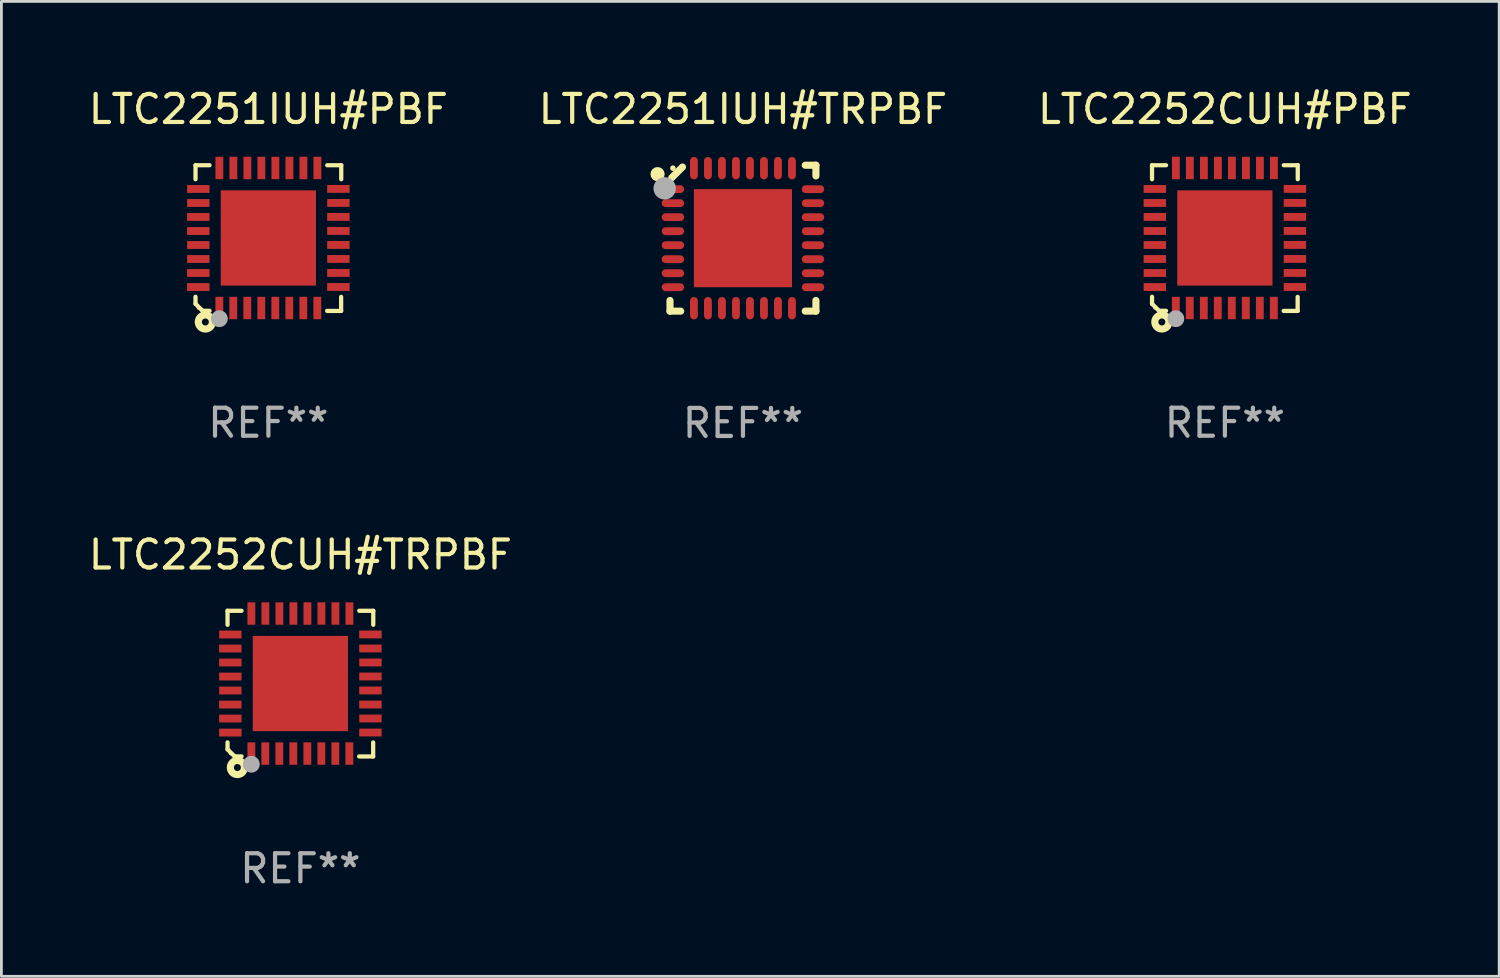
<source format=kicad_pcb>
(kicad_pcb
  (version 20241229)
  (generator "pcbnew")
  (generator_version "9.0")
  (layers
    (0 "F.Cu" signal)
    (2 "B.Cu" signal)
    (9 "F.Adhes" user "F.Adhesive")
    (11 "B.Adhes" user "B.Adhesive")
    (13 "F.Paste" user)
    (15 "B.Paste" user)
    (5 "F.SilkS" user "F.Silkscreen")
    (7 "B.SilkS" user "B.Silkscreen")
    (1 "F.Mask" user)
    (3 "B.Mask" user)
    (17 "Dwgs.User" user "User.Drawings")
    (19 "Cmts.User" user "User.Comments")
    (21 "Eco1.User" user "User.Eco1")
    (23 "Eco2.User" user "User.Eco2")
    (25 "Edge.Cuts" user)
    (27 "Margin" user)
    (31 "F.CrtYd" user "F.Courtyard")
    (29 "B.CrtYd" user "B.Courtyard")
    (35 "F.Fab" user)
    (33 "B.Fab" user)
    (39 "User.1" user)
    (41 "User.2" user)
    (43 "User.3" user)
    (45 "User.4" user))
  (footprint "LTC2251IUH#PBF"
    (layer "F.Cu")
    (at 6.53 5.448)
    (property "Reference" "LTC2251IUH#PBF" (at 0 -4.6 0) (layer "F.SilkS") (effects (font (size 1 1) (thickness 0.15))))
    (attr through_hole)
    (fp_line (start -2.601 2.097) (end -2.601 2.347) (stroke (width 0.152) (type solid)) (layer "F.SilkS"))
    (fp_line (start -2.601 2.347) (end -2.351 2.597) (stroke (width 0.152) (type solid)) (layer "F.SilkS"))
    (fp_line (start -2.601 -2.6) (end -2.601 -2.1) (stroke (width 0.152) (type solid)) (layer "F.SilkS"))
    (fp_line (start -2.601 -2.6) (end -2.101 -2.6) (stroke (width 0.152) (type solid)) (layer "F.SilkS"))
    (fp_line (start -2.351 2.597) (end -2.101 2.597) (stroke (width 0.152) (type solid)) (layer "F.SilkS"))
    (fp_line (start 2.597 2.6) (end 2.097 2.6) (stroke (width 0.152) (type solid)) (layer "F.SilkS"))
    (fp_line (start 2.597 2.6) (end 2.597 2.1) (stroke (width 0.152) (type solid)) (layer "F.SilkS"))
    (fp_line (start 2.601 -2.6) (end 2.101 -2.6) (stroke (width 0.152) (type solid)) (layer "F.SilkS"))
    (fp_line (start 2.601 -2.6) (end 2.601 -2.1) (stroke (width 0.152) (type solid)) (layer "F.SilkS"))
    (fp_circle (center -2.501 2.497) (end -2.471 2.497) (stroke (width 0.06) (type solid)) (fill no) (layer "F.SilkS"))
    (fp_circle (center -2.25 2.995) (end -2.125 2.995) (stroke (width 0.254) (type solid)) (fill no) (layer "F.SilkS"))
    (fp_circle (center -1.751 2.878) (end -1.601 2.878) (stroke (width 0.3) (type solid)) (fill no) (layer "F.Fab"))
    (fp_text user "REF**" (at 0 6.6 0) (layer "F.Fab") (effects (font (size 1 1) (thickness 0.15))))
    (pad "1" smd rect (at -1.751 2.497) (size 0.28 0.8) (layers "F.Cu" "F.Mask" "F.Paste"))
    (pad "2" smd rect (at -1.253 2.497) (size 0.28 0.8) (layers "F.Cu" "F.Mask" "F.Paste"))
    (pad "3" smd rect (at -0.753 2.497) (size 0.28 0.8) (layers "F.Cu" "F.Mask" "F.Paste"))
    (pad "4" smd rect (at -0.253 2.497) (size 0.28 0.8) (layers "F.Cu" "F.Mask" "F.Paste"))
    (pad "5" smd rect (at 0.247 2.497) (size 0.28 0.8) (layers "F.Cu" "F.Mask" "F.Paste"))
    (pad "6" smd rect (at 0.747 2.497) (size 0.28 0.8) (layers "F.Cu" "F.Mask" "F.Paste"))
    (pad "7" smd rect (at 1.247 2.497) (size 0.28 0.8) (layers "F.Cu" "F.Mask" "F.Paste"))
    (pad "8" smd rect (at 1.747 2.497) (size 0.28 0.8) (layers "F.Cu" "F.Mask" "F.Paste"))
    (pad "9" smd rect (at 2.499 1.746) (size 0.8 0.28) (layers "F.Cu" "F.Mask" "F.Paste"))
    (pad "10" smd rect (at 2.499 1.245) (size 0.8 0.28) (layers "F.Cu" "F.Mask" "F.Paste"))
    (pad "11" smd rect (at 2.499 0.746) (size 0.8 0.28) (layers "F.Cu" "F.Mask" "F.Paste"))
    (pad "12" smd rect (at 2.499 0.245) (size 0.8 0.28) (layers "F.Cu" "F.Mask" "F.Paste"))
    (pad "13" smd rect (at 2.499 -0.254) (size 0.8 0.28) (layers "F.Cu" "F.Mask" "F.Paste"))
    (pad "14" smd rect (at 2.499 -0.755) (size 0.8 0.28) (layers "F.Cu" "F.Mask" "F.Paste"))
    (pad "15" smd rect (at 2.499 -1.254) (size 0.8 0.28) (layers "F.Cu" "F.Mask" "F.Paste"))
    (pad "16" smd rect (at 2.499 -1.755) (size 0.8 0.28) (layers "F.Cu" "F.Mask" "F.Paste"))
    (pad "17" smd rect (at 1.75 -2.502) (size 0.28 0.8) (layers "F.Cu" "F.Mask" "F.Paste"))
    (pad "18" smd rect (at 1.25 -2.502) (size 0.28 0.8) (layers "F.Cu" "F.Mask" "F.Paste"))
    (pad "19" smd rect (at 0.75 -2.502) (size 0.28 0.8) (layers "F.Cu" "F.Mask" "F.Paste"))
    (pad "20" smd rect (at 0.25 -2.502) (size 0.28 0.8) (layers "F.Cu" "F.Mask" "F.Paste"))
    (pad "21" smd rect (at -0.25 -2.502) (size 0.28 0.8) (layers "F.Cu" "F.Mask" "F.Paste"))
    (pad "22" smd rect (at -0.75 -2.502) (size 0.28 0.8) (layers "F.Cu" "F.Mask" "F.Paste"))
    (pad "23" smd rect (at -1.25 -2.502) (size 0.28 0.8) (layers "F.Cu" "F.Mask" "F.Paste"))
    (pad "24" smd rect (at -1.75 -2.502) (size 0.28 0.8) (layers "F.Cu" "F.Mask" "F.Paste"))
    (pad "25" smd rect (at -2.501 -1.753) (size 0.8 0.28) (layers "F.Cu" "F.Mask" "F.Paste"))
    (pad "26" smd rect (at -2.501 -1.252) (size 0.8 0.28) (layers "F.Cu" "F.Mask" "F.Paste"))
    (pad "27" smd rect (at -2.501 -0.753) (size 0.8 0.28) (layers "F.Cu" "F.Mask" "F.Paste"))
    (pad "28" smd rect (at -2.501 -0.252) (size 0.8 0.28) (layers "F.Cu" "F.Mask" "F.Paste"))
    (pad "29" smd rect (at -2.501 0.247) (size 0.8 0.28) (layers "F.Cu" "F.Mask" "F.Paste"))
    (pad "30" smd rect (at -2.501 0.748) (size 0.8 0.28) (layers "F.Cu" "F.Mask" "F.Paste"))
    (pad "31" smd rect (at -2.501 1.247) (size 0.8 0.28) (layers "F.Cu" "F.Mask" "F.Paste"))
    (pad "32" smd rect (at -2.501 1.748) (size 0.8 0.28) (layers "F.Cu" "F.Mask" "F.Paste"))
    (pad "33" smd rect (at -0.001 -0.003 180) (size 3.4 3.4) (layers "F.Cu" "F.Mask" "F.Paste")))
  (footprint "LTC2252CUH#TRPBF"
    (layer "F.Cu")
    (at 7.673 21.352)
    (property "Reference" "LTC2252CUH#TRPBF" (at 0 -4.6 0) (layer "F.SilkS") (effects (font (size 1 1) (thickness 0.15))))
    (attr through_hole)
    (fp_line (start -2.601 2.097) (end -2.601 2.347) (stroke (width 0.152) (type solid)) (layer "F.SilkS"))
    (fp_line (start -2.601 2.347) (end -2.351 2.597) (stroke (width 0.152) (type solid)) (layer "F.SilkS"))
    (fp_line (start -2.601 -2.6) (end -2.601 -2.1) (stroke (width 0.152) (type solid)) (layer "F.SilkS"))
    (fp_line (start -2.601 -2.6) (end -2.101 -2.6) (stroke (width 0.152) (type solid)) (layer "F.SilkS"))
    (fp_line (start -2.351 2.597) (end -2.101 2.597) (stroke (width 0.152) (type solid)) (layer "F.SilkS"))
    (fp_line (start 2.597 2.6) (end 2.097 2.6) (stroke (width 0.152) (type solid)) (layer "F.SilkS"))
    (fp_line (start 2.597 2.6) (end 2.597 2.1) (stroke (width 0.152) (type solid)) (layer "F.SilkS"))
    (fp_line (start 2.601 -2.6) (end 2.101 -2.6) (stroke (width 0.152) (type solid)) (layer "F.SilkS"))
    (fp_line (start 2.601 -2.6) (end 2.601 -2.1) (stroke (width 0.152) (type solid)) (layer "F.SilkS"))
    (fp_circle (center -2.501 2.497) (end -2.471 2.497) (stroke (width 0.06) (type solid)) (fill no) (layer "F.SilkS"))
    (fp_circle (center -2.25 2.995) (end -2.125 2.995) (stroke (width 0.254) (type solid)) (fill no) (layer "F.SilkS"))
    (fp_circle (center -1.751 2.878) (end -1.601 2.878) (stroke (width 0.3) (type solid)) (fill no) (layer "F.Fab"))
    (fp_text user "REF**" (at 0 6.6 0) (layer "F.Fab") (effects (font (size 1 1) (thickness 0.15))))
    (pad "1" smd rect (at -1.751 2.497) (size 0.28 0.8) (layers "F.Cu" "F.Mask" "F.Paste"))
    (pad "2" smd rect (at -1.253 2.497) (size 0.28 0.8) (layers "F.Cu" "F.Mask" "F.Paste"))
    (pad "3" smd rect (at -0.753 2.497) (size 0.28 0.8) (layers "F.Cu" "F.Mask" "F.Paste"))
    (pad "4" smd rect (at -0.253 2.497) (size 0.28 0.8) (layers "F.Cu" "F.Mask" "F.Paste"))
    (pad "5" smd rect (at 0.247 2.497) (size 0.28 0.8) (layers "F.Cu" "F.Mask" "F.Paste"))
    (pad "6" smd rect (at 0.747 2.497) (size 0.28 0.8) (layers "F.Cu" "F.Mask" "F.Paste"))
    (pad "7" smd rect (at 1.247 2.497) (size 0.28 0.8) (layers "F.Cu" "F.Mask" "F.Paste"))
    (pad "8" smd rect (at 1.747 2.497) (size 0.28 0.8) (layers "F.Cu" "F.Mask" "F.Paste"))
    (pad "9" smd rect (at 2.499 1.746) (size 0.8 0.28) (layers "F.Cu" "F.Mask" "F.Paste"))
    (pad "10" smd rect (at 2.499 1.245) (size 0.8 0.28) (layers "F.Cu" "F.Mask" "F.Paste"))
    (pad "11" smd rect (at 2.499 0.746) (size 0.8 0.28) (layers "F.Cu" "F.Mask" "F.Paste"))
    (pad "12" smd rect (at 2.499 0.245) (size 0.8 0.28) (layers "F.Cu" "F.Mask" "F.Paste"))
    (pad "13" smd rect (at 2.499 -0.254) (size 0.8 0.28) (layers "F.Cu" "F.Mask" "F.Paste"))
    (pad "14" smd rect (at 2.499 -0.755) (size 0.8 0.28) (layers "F.Cu" "F.Mask" "F.Paste"))
    (pad "15" smd rect (at 2.499 -1.254) (size 0.8 0.28) (layers "F.Cu" "F.Mask" "F.Paste"))
    (pad "16" smd rect (at 2.499 -1.755) (size 0.8 0.28) (layers "F.Cu" "F.Mask" "F.Paste"))
    (pad "17" smd rect (at 1.75 -2.502) (size 0.28 0.8) (layers "F.Cu" "F.Mask" "F.Paste"))
    (pad "18" smd rect (at 1.25 -2.502) (size 0.28 0.8) (layers "F.Cu" "F.Mask" "F.Paste"))
    (pad "19" smd rect (at 0.75 -2.502) (size 0.28 0.8) (layers "F.Cu" "F.Mask" "F.Paste"))
    (pad "20" smd rect (at 0.25 -2.502) (size 0.28 0.8) (layers "F.Cu" "F.Mask" "F.Paste"))
    (pad "21" smd rect (at -0.25 -2.502) (size 0.28 0.8) (layers "F.Cu" "F.Mask" "F.Paste"))
    (pad "22" smd rect (at -0.75 -2.502) (size 0.28 0.8) (layers "F.Cu" "F.Mask" "F.Paste"))
    (pad "23" smd rect (at -1.25 -2.502) (size 0.28 0.8) (layers "F.Cu" "F.Mask" "F.Paste"))
    (pad "24" smd rect (at -1.75 -2.502) (size 0.28 0.8) (layers "F.Cu" "F.Mask" "F.Paste"))
    (pad "25" smd rect (at -2.501 -1.753) (size 0.8 0.28) (layers "F.Cu" "F.Mask" "F.Paste"))
    (pad "26" smd rect (at -2.501 -1.252) (size 0.8 0.28) (layers "F.Cu" "F.Mask" "F.Paste"))
    (pad "27" smd rect (at -2.501 -0.753) (size 0.8 0.28) (layers "F.Cu" "F.Mask" "F.Paste"))
    (pad "28" smd rect (at -2.501 -0.252) (size 0.8 0.28) (layers "F.Cu" "F.Mask" "F.Paste"))
    (pad "29" smd rect (at -2.501 0.247) (size 0.8 0.28) (layers "F.Cu" "F.Mask" "F.Paste"))
    (pad "30" smd rect (at -2.501 0.748) (size 0.8 0.28) (layers "F.Cu" "F.Mask" "F.Paste"))
    (pad "31" smd rect (at -2.501 1.247) (size 0.8 0.28) (layers "F.Cu" "F.Mask" "F.Paste"))
    (pad "32" smd rect (at -2.501 1.748) (size 0.8 0.28) (layers "F.Cu" "F.Mask" "F.Paste"))
    (pad "33" smd rect (at -0.001 -0.003 180) (size 3.4 3.4) (layers "F.Cu" "F.Mask" "F.Paste")))
  (footprint "LTC2252CUH#PBF"
    (layer "F.Cu")
    (at 40.673 5.448)
    (property "Reference" "LTC2252CUH#PBF" (at 0 -4.6 0) (layer "F.SilkS") (effects (font (size 1 1) (thickness 0.15))))
    (attr through_hole)
    (fp_line (start -2.601 2.097) (end -2.601 2.347) (stroke (width 0.152) (type solid)) (layer "F.SilkS"))
    (fp_line (start -2.601 2.347) (end -2.351 2.597) (stroke (width 0.152) (type solid)) (layer "F.SilkS"))
    (fp_line (start -2.601 -2.6) (end -2.601 -2.1) (stroke (width 0.152) (type solid)) (layer "F.SilkS"))
    (fp_line (start -2.601 -2.6) (end -2.101 -2.6) (stroke (width 0.152) (type solid)) (layer "F.SilkS"))
    (fp_line (start -2.351 2.597) (end -2.101 2.597) (stroke (width 0.152) (type solid)) (layer "F.SilkS"))
    (fp_line (start 2.597 2.6) (end 2.097 2.6) (stroke (width 0.152) (type solid)) (layer "F.SilkS"))
    (fp_line (start 2.597 2.6) (end 2.597 2.1) (stroke (width 0.152) (type solid)) (layer "F.SilkS"))
    (fp_line (start 2.601 -2.6) (end 2.101 -2.6) (stroke (width 0.152) (type solid)) (layer "F.SilkS"))
    (fp_line (start 2.601 -2.6) (end 2.601 -2.1) (stroke (width 0.152) (type solid)) (layer "F.SilkS"))
    (fp_circle (center -2.501 2.497) (end -2.471 2.497) (stroke (width 0.06) (type solid)) (fill no) (layer "F.SilkS"))
    (fp_circle (center -2.25 2.995) (end -2.125 2.995) (stroke (width 0.254) (type solid)) (fill no) (layer "F.SilkS"))
    (fp_circle (center -1.751 2.878) (end -1.601 2.878) (stroke (width 0.3) (type solid)) (fill no) (layer "F.Fab"))
    (fp_text user "REF**" (at 0 6.6 0) (layer "F.Fab") (effects (font (size 1 1) (thickness 0.15))))
    (pad "1" smd rect (at -1.751 2.497) (size 0.28 0.8) (layers "F.Cu" "F.Mask" "F.Paste"))
    (pad "2" smd rect (at -1.253 2.497) (size 0.28 0.8) (layers "F.Cu" "F.Mask" "F.Paste"))
    (pad "3" smd rect (at -0.753 2.497) (size 0.28 0.8) (layers "F.Cu" "F.Mask" "F.Paste"))
    (pad "4" smd rect (at -0.253 2.497) (size 0.28 0.8) (layers "F.Cu" "F.Mask" "F.Paste"))
    (pad "5" smd rect (at 0.247 2.497) (size 0.28 0.8) (layers "F.Cu" "F.Mask" "F.Paste"))
    (pad "6" smd rect (at 0.747 2.497) (size 0.28 0.8) (layers "F.Cu" "F.Mask" "F.Paste"))
    (pad "7" smd rect (at 1.247 2.497) (size 0.28 0.8) (layers "F.Cu" "F.Mask" "F.Paste"))
    (pad "8" smd rect (at 1.747 2.497) (size 0.28 0.8) (layers "F.Cu" "F.Mask" "F.Paste"))
    (pad "9" smd rect (at 2.499 1.746) (size 0.8 0.28) (layers "F.Cu" "F.Mask" "F.Paste"))
    (pad "10" smd rect (at 2.499 1.245) (size 0.8 0.28) (layers "F.Cu" "F.Mask" "F.Paste"))
    (pad "11" smd rect (at 2.499 0.746) (size 0.8 0.28) (layers "F.Cu" "F.Mask" "F.Paste"))
    (pad "12" smd rect (at 2.499 0.245) (size 0.8 0.28) (layers "F.Cu" "F.Mask" "F.Paste"))
    (pad "13" smd rect (at 2.499 -0.254) (size 0.8 0.28) (layers "F.Cu" "F.Mask" "F.Paste"))
    (pad "14" smd rect (at 2.499 -0.755) (size 0.8 0.28) (layers "F.Cu" "F.Mask" "F.Paste"))
    (pad "15" smd rect (at 2.499 -1.254) (size 0.8 0.28) (layers "F.Cu" "F.Mask" "F.Paste"))
    (pad "16" smd rect (at 2.499 -1.755) (size 0.8 0.28) (layers "F.Cu" "F.Mask" "F.Paste"))
    (pad "17" smd rect (at 1.75 -2.502) (size 0.28 0.8) (layers "F.Cu" "F.Mask" "F.Paste"))
    (pad "18" smd rect (at 1.25 -2.502) (size 0.28 0.8) (layers "F.Cu" "F.Mask" "F.Paste"))
    (pad "19" smd rect (at 0.75 -2.502) (size 0.28 0.8) (layers "F.Cu" "F.Mask" "F.Paste"))
    (pad "20" smd rect (at 0.25 -2.502) (size 0.28 0.8) (layers "F.Cu" "F.Mask" "F.Paste"))
    (pad "21" smd rect (at -0.25 -2.502) (size 0.28 0.8) (layers "F.Cu" "F.Mask" "F.Paste"))
    (pad "22" smd rect (at -0.75 -2.502) (size 0.28 0.8) (layers "F.Cu" "F.Mask" "F.Paste"))
    (pad "23" smd rect (at -1.25 -2.502) (size 0.28 0.8) (layers "F.Cu" "F.Mask" "F.Paste"))
    (pad "24" smd rect (at -1.75 -2.502) (size 0.28 0.8) (layers "F.Cu" "F.Mask" "F.Paste"))
    (pad "25" smd rect (at -2.501 -1.753) (size 0.8 0.28) (layers "F.Cu" "F.Mask" "F.Paste"))
    (pad "26" smd rect (at -2.501 -1.252) (size 0.8 0.28) (layers "F.Cu" "F.Mask" "F.Paste"))
    (pad "27" smd rect (at -2.501 -0.753) (size 0.8 0.28) (layers "F.Cu" "F.Mask" "F.Paste"))
    (pad "28" smd rect (at -2.501 -0.252) (size 0.8 0.28) (layers "F.Cu" "F.Mask" "F.Paste"))
    (pad "29" smd rect (at -2.501 0.247) (size 0.8 0.28) (layers "F.Cu" "F.Mask" "F.Paste"))
    (pad "30" smd rect (at -2.501 0.748) (size 0.8 0.28) (layers "F.Cu" "F.Mask" "F.Paste"))
    (pad "31" smd rect (at -2.501 1.247) (size 0.8 0.28) (layers "F.Cu" "F.Mask" "F.Paste"))
    (pad "32" smd rect (at -2.501 1.748) (size 0.8 0.28) (layers "F.Cu" "F.Mask" "F.Paste"))
    (pad "33" smd rect (at -0.001 -0.003 180) (size 3.4 3.4) (layers "F.Cu" "F.Mask" "F.Paste")))
  (footprint "LTC2251IUH#TRPBF"
    (layer "F.Cu")
    (at 23.47 5.452)
    (property "Reference" "LTC2251IUH#TRPBF" (at 0 -4.604 0) (layer "F.SilkS") (effects (font (size 1 1) (thickness 0.15))))
    (attr through_hole)
    (fp_line (start -2.604 2.223) (end -2.604 2.604) (stroke (width 0.254) (type solid)) (layer "F.SilkS"))
    (fp_line (start -2.604 2.604) (end -2.223 2.604) (stroke (width 0.254) (type solid)) (layer "F.SilkS"))
    (fp_line (start -2.159 -2.54) (end -2.54 -2.159) (stroke (width 0.254) (type solid)) (layer "F.SilkS"))
    (fp_line (start 2.223 2.604) (end 2.604 2.604) (stroke (width 0.254) (type solid)) (layer "F.SilkS"))
    (fp_line (start 2.604 -2.604) (end 2.223 -2.604) (stroke (width 0.254) (type solid)) (layer "F.SilkS"))
    (fp_line (start 2.604 -2.223) (end 2.604 -2.604) (stroke (width 0.254) (type solid)) (layer "F.SilkS"))
    (fp_line (start 2.604 2.604) (end 2.604 2.223) (stroke (width 0.254) (type solid)) (layer "F.SilkS"))
    (fp_circle (center -3.048 -2.286) (end -2.921 -2.286) (stroke (width 0.254) (type solid)) (fill no) (layer "F.SilkS"))
    (fp_circle (center -2.5 -2.5) (end -2.45 -2.5) (stroke (width 0.1) (type solid)) (fill no) (layer "F.SilkS"))
    (fp_circle (center -2.794 -1.778) (end -2.594 -1.778) (stroke (width 0.4) (type solid)) (fill no) (layer "F.Fab"))
    (fp_text user "REF**" (at 0 6.604 0) (layer "F.Fab") (effects (font (size 1 1) (thickness 0.15))))
    (pad "1" smd oval (at -2.5 -1.75) (size 0.8 0.28) (layers "F.Cu" "F.Mask" "F.Paste"))
    (pad "2" smd oval (at -2.5 -1.25) (size 0.8 0.28) (layers "F.Cu" "F.Mask" "F.Paste"))
    (pad "3" smd oval (at -2.5 -0.75) (size 0.8 0.28) (layers "F.Cu" "F.Mask" "F.Paste"))
    (pad "4" smd oval (at -2.5 -0.25) (size 0.8 0.28) (layers "F.Cu" "F.Mask" "F.Paste"))
    (pad "5" smd oval (at -2.5 0.25) (size 0.8 0.28) (layers "F.Cu" "F.Mask" "F.Paste"))
    (pad "6" smd oval (at -2.5 0.75) (size 0.8 0.28) (layers "F.Cu" "F.Mask" "F.Paste"))
    (pad "7" smd oval (at -2.5 1.25) (size 0.8 0.28) (layers "F.Cu" "F.Mask" "F.Paste"))
    (pad "8" smd oval (at -2.5 1.75) (size 0.8 0.28) (layers "F.Cu" "F.Mask" "F.Paste"))
    (pad "9" smd oval (at -1.75 2.5) (size 0.28 0.8) (layers "F.Cu" "F.Mask" "F.Paste"))
    (pad "10" smd oval (at -1.25 2.5) (size 0.28 0.8) (layers "F.Cu" "F.Mask" "F.Paste"))
    (pad "11" smd oval (at -0.75 2.5) (size 0.28 0.8) (layers "F.Cu" "F.Mask" "F.Paste"))
    (pad "12" smd oval (at -0.25 2.5) (size 0.28 0.8) (layers "F.Cu" "F.Mask" "F.Paste"))
    (pad "13" smd oval (at 0.25 2.5) (size 0.28 0.8) (layers "F.Cu" "F.Mask" "F.Paste"))
    (pad "14" smd oval (at 0.75 2.5) (size 0.28 0.8) (layers "F.Cu" "F.Mask" "F.Paste"))
    (pad "15" smd oval (at 1.25 2.5) (size 0.28 0.8) (layers "F.Cu" "F.Mask" "F.Paste"))
    (pad "16" smd oval (at 1.75 2.5) (size 0.28 0.8) (layers "F.Cu" "F.Mask" "F.Paste"))
    (pad "17" smd oval (at 2.5 1.75) (size 0.8 0.28) (layers "F.Cu" "F.Mask" "F.Paste"))
    (pad "18" smd oval (at 2.5 1.25) (size 0.8 0.28) (layers "F.Cu" "F.Mask" "F.Paste"))
    (pad "19" smd oval (at 2.5 0.75) (size 0.8 0.28) (layers "F.Cu" "F.Mask" "F.Paste"))
    (pad "20" smd oval (at 2.5 0.25) (size 0.8 0.28) (layers "F.Cu" "F.Mask" "F.Paste"))
    (pad "21" smd oval (at 2.5 -0.25) (size 0.8 0.28) (layers "F.Cu" "F.Mask" "F.Paste"))
    (pad "22" smd oval (at 2.5 -0.75) (size 0.8 0.28) (layers "F.Cu" "F.Mask" "F.Paste"))
    (pad "23" smd oval (at 2.5 -1.25) (size 0.8 0.28) (layers "F.Cu" "F.Mask" "F.Paste"))
    (pad "24" smd oval (at 2.5 -1.75) (size 0.8 0.28) (layers "F.Cu" "F.Mask" "F.Paste"))
    (pad "25" smd oval (at 1.75 -2.5) (size 0.28 0.8) (layers "F.Cu" "F.Mask" "F.Paste"))
    (pad "26" smd oval (at 1.25 -2.5) (size 0.28 0.8) (layers "F.Cu" "F.Mask" "F.Paste"))
    (pad "27" smd oval (at 0.75 -2.5) (size 0.28 0.8) (layers "F.Cu" "F.Mask" "F.Paste"))
    (pad "28" smd oval (at 0.25 -2.5) (size 0.28 0.8) (layers "F.Cu" "F.Mask" "F.Paste"))
    (pad "29" smd oval (at -0.25 -2.5) (size 0.28 0.8) (layers "F.Cu" "F.Mask" "F.Paste"))
    (pad "30" smd oval (at -0.75 -2.5) (size 0.28 0.8) (layers "F.Cu" "F.Mask" "F.Paste"))
    (pad "31" smd oval (at -1.25 -2.5) (size 0.28 0.8) (layers "F.Cu" "F.Mask" "F.Paste"))
    (pad "32" smd oval (at -1.75 -2.5) (size 0.28 0.8) (layers "F.Cu" "F.Mask" "F.Paste"))
    (pad "33" smd rect (at 0.000076 0.000076) (size 3.5 3.5) (layers "F.Cu" "F.Mask" "F.Paste")))
  (gr_rect
    (start -3 -3)
    (end 50.464 31.8)
    (stroke (width 0.1) (type default))
    (fill no)
    (layer "Edge.Cuts")))
</source>
